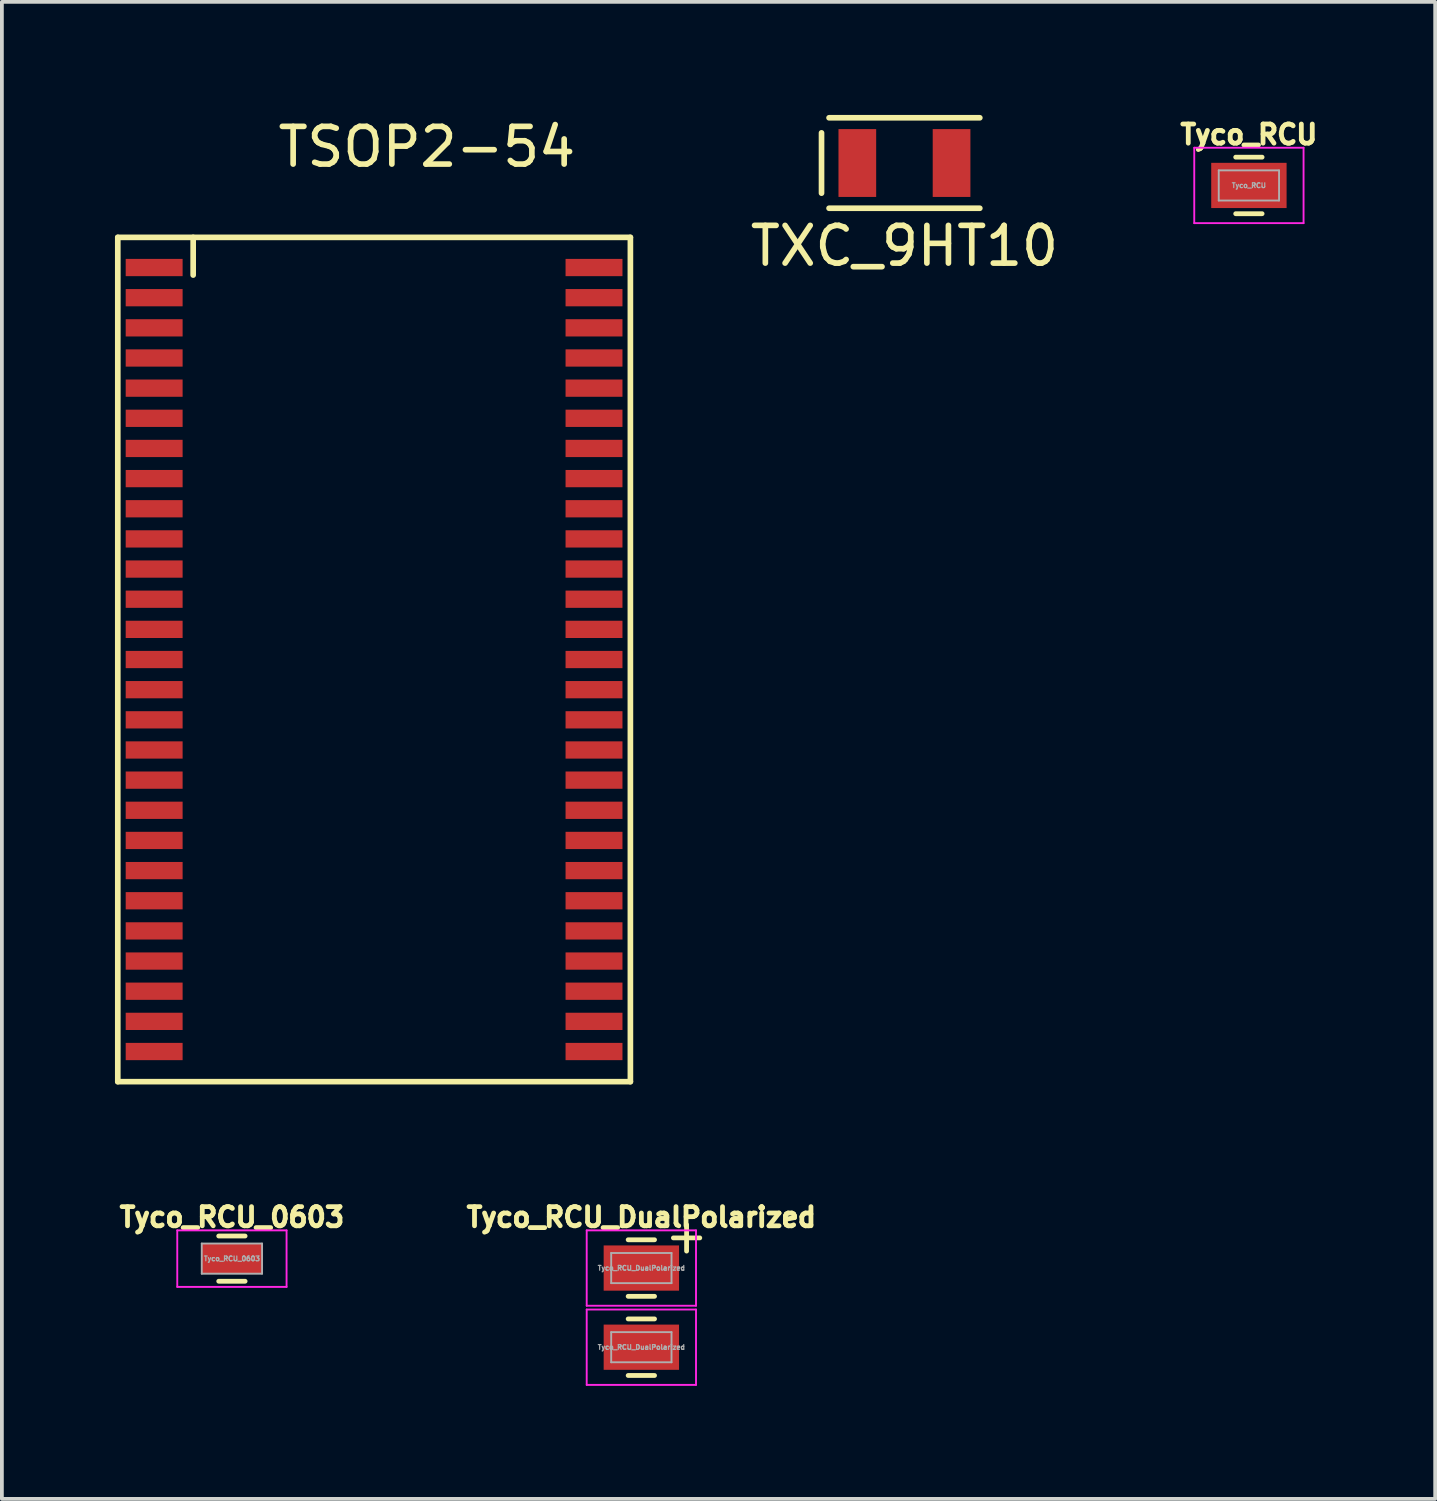
<source format=kicad_pcb>
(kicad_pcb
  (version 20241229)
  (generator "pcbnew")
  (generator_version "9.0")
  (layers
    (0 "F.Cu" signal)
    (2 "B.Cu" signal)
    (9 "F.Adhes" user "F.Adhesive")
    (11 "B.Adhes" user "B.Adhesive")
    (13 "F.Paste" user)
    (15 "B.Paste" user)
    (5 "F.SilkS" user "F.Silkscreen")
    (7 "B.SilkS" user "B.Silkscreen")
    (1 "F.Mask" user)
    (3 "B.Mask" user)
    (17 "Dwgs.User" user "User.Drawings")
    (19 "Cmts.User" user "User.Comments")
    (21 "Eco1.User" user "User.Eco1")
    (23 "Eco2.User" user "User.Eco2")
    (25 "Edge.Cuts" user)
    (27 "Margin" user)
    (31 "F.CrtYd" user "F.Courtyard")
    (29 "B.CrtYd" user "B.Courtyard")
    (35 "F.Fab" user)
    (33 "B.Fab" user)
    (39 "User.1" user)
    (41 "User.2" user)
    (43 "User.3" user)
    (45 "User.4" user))
  (footprint "Tyco_RCU_DualPolarized"
    (layer "F.Cu")
    (at 13.966 31.643)
    (property "Reference" "Tyco_RCU_DualPolarized" (at 0 -2.4 0) (layer "F.SilkS") (effects (font (size 0.508 0.508) (thickness 0.127))))
    (attr smd)
    (fp_line (start -0.35 -1.8) (end 0.35 -1.8) (stroke (width 0.127) (type solid)) (layer "F.SilkS"))
    (fp_line (start -0.35 0.3) (end 0.35 0.3) (stroke (width 0.127) (type solid)) (layer "F.SilkS"))
    (fp_line (start 0.35 -0.3) (end -0.35 -0.3) (stroke (width 0.127) (type solid)) (layer "F.SilkS"))
    (fp_line (start 0.35 1.8) (end -0.35 1.8) (stroke (width 0.127) (type solid)) (layer "F.SilkS"))
    (fp_line (start 0.85 -1.85) (end 1.55 -1.85) (stroke (width 0.127) (type solid)) (layer "F.SilkS"))
    (fp_line (start 1.2 -2.2) (end 1.2 -1.5) (stroke (width 0.127) (type solid)) (layer "F.SilkS"))
    (fp_line (start -1.45 -2.05) (end -1.45 -0.05) (stroke (width 0.05) (type solid)) (layer "F.CrtYd"))
    (fp_line (start -1.45 -2.05) (end 1.45 -2.05) (stroke (width 0.05) (type solid)) (layer "F.CrtYd"))
    (fp_line (start -1.45 -0.05) (end 1.45 -0.05) (stroke (width 0.05) (type solid)) (layer "F.CrtYd"))
    (fp_line (start -1.45 0.05) (end -1.45 2.05) (stroke (width 0.05) (type solid)) (layer "F.CrtYd"))
    (fp_line (start -1.45 0.05) (end 1.45 0.05) (stroke (width 0.05) (type solid)) (layer "F.CrtYd"))
    (fp_line (start -1.45 2.05) (end 1.45 2.05) (stroke (width 0.05) (type solid)) (layer "F.CrtYd"))
    (fp_line (start 1.45 -2.05) (end 1.45 -0.05) (stroke (width 0.05) (type solid)) (layer "F.CrtYd"))
    (fp_line (start 1.45 0.05) (end 1.45 2.05) (stroke (width 0.05) (type solid)) (layer "F.CrtYd"))
    (fp_line (start -0.8 -1.45) (end 0.8 -1.45) (stroke (width 0.05) (type solid)) (layer "F.Fab"))
    (fp_line (start -0.8 -0.65) (end -0.8 -1.45) (stroke (width 0.05) (type solid)) (layer "F.Fab"))
    (fp_line (start -0.8 0.65) (end 0.8 0.65) (stroke (width 0.05) (type solid)) (layer "F.Fab"))
    (fp_line (start -0.8 1.45) (end -0.8 0.65) (stroke (width 0.05) (type solid)) (layer "F.Fab"))
    (fp_line (start 0.8 -1.45) (end 0.8 -0.65) (stroke (width 0.05) (type solid)) (layer "F.Fab"))
    (fp_line (start 0.8 -0.65) (end -0.8 -0.65) (stroke (width 0.05) (type solid)) (layer "F.Fab"))
    (fp_line (start 0.8 0.65) (end 0.8 1.45) (stroke (width 0.05) (type solid)) (layer "F.Fab"))
    (fp_line (start 0.8 1.45) (end -0.8 1.45) (stroke (width 0.05) (type solid)) (layer "F.Fab"))
    (fp_text user "${REFERENCE}" (at 0 1.05 0) (layer "F.Fab") (effects (font (size 0.127 0.127) (thickness 0.032))))
    (fp_text user "${REFERENCE}" (at 0 -1.05 0) (layer "F.Fab") (effects (font (size 0.127 0.127) (thickness 0.032))))
    (pad "1" smd rect (at 0 -1.05) (size 2 1.2) (layers "F.Cu" "F.Mask" "F.Paste"))
    (pad "2" smd rect (at 0 1.05) (size 2 1.2) (layers "F.Cu" "F.Mask" "F.Paste")))
  (footprint "Tyco_RCU"
    (layer "F.Cu")
    (at 30.085 1.87)
    (property "Reference" "Tyco_RCU" (at 0 -1.35 0) (layer "F.SilkS") (effects (font (size 0.508 0.508) (thickness 0.127))))
    (attr smd)
    (fp_line (start -0.35 -0.75) (end 0.35 -0.75) (stroke (width 0.127) (type solid)) (layer "F.SilkS"))
    (fp_line (start 0.35 0.75) (end -0.35 0.75) (stroke (width 0.127) (type solid)) (layer "F.SilkS"))
    (fp_line (start -1.45 -1) (end -1.45 1) (stroke (width 0.05) (type solid)) (layer "F.CrtYd"))
    (fp_line (start -1.45 -1) (end 1.45 -1) (stroke (width 0.05) (type solid)) (layer "F.CrtYd"))
    (fp_line (start -1.45 1) (end 1.45 1) (stroke (width 0.05) (type solid)) (layer "F.CrtYd"))
    (fp_line (start 1.45 -1) (end 1.45 1) (stroke (width 0.05) (type solid)) (layer "F.CrtYd"))
    (fp_line (start -0.8 -0.4) (end 0.8 -0.4) (stroke (width 0.05) (type solid)) (layer "F.Fab"))
    (fp_line (start -0.8 0.4) (end -0.8 -0.4) (stroke (width 0.05) (type solid)) (layer "F.Fab"))
    (fp_line (start 0.8 -0.4) (end 0.8 0.4) (stroke (width 0.05) (type solid)) (layer "F.Fab"))
    (fp_line (start 0.8 0.4) (end -0.8 0.4) (stroke (width 0.05) (type solid)) (layer "F.Fab"))
    (fp_text user "${REFERENCE}" (at 0 0 0) (layer "F.Fab") (effects (font (size 0.127 0.127) (thickness 0.032))))
    (pad "1" smd rect (at 0 0) (size 2 1.2) (layers "F.Cu" "F.Mask" "F.Paste")))
  (footprint "Tyco_RCU_0603"
    (layer "F.Cu")
    (at 3.103 30.343)
    (property "Reference" "Tyco_RCU_0603" (at 0 -1.1 0) (layer "F.SilkS") (effects (font (size 0.508 0.508) (thickness 0.127))))
    (attr smd)
    (fp_line (start -0.35 -0.6) (end 0.35 -0.6) (stroke (width 0.127) (type solid)) (layer "F.SilkS"))
    (fp_line (start 0.35 0.6) (end -0.35 0.6) (stroke (width 0.127) (type solid)) (layer "F.SilkS"))
    (fp_line (start -1.45 -0.75) (end -1.45 0.75) (stroke (width 0.05) (type solid)) (layer "F.CrtYd"))
    (fp_line (start -1.45 -0.75) (end 1.45 -0.75) (stroke (width 0.05) (type solid)) (layer "F.CrtYd"))
    (fp_line (start -1.45 0.75) (end 1.45 0.75) (stroke (width 0.05) (type solid)) (layer "F.CrtYd"))
    (fp_line (start 1.45 -0.75) (end 1.45 0.75) (stroke (width 0.05) (type solid)) (layer "F.CrtYd"))
    (fp_line (start -0.8 -0.4) (end 0.8 -0.4) (stroke (width 0.05) (type solid)) (layer "F.Fab"))
    (fp_line (start -0.8 0.4) (end -0.8 -0.4) (stroke (width 0.05) (type solid)) (layer "F.Fab"))
    (fp_line (start 0.8 -0.4) (end 0.8 0.4) (stroke (width 0.05) (type solid)) (layer "F.Fab"))
    (fp_line (start 0.8 0.4) (end -0.8 0.4) (stroke (width 0.05) (type solid)) (layer "F.Fab"))
    (fp_text user "${REFERENCE}" (at 0 0 0) (layer "F.Fab") (effects (font (size 0.127 0.127) (thickness 0.032))))
    (pad "1" smd rect (at 0 0) (size 1.6 0.8) (layers "F.Cu" "F.Mask" "F.Paste")))
  (footprint "TXC_9HT10"
    (layer "F.Cu")
    (at 20.946 1.275)
    (property "Reference" "TXC_9HT10" (at 0 2.2 0) (layer "F.SilkS") (effects (font (size 1 1) (thickness 0.15))))
    (attr through_hole)
    (fp_line (start -2.2 -0.8) (end -2.2 0.8) (stroke (width 0.15) (type solid)) (layer "F.SilkS"))
    (fp_line (start -2 -1.2) (end 2 -1.2) (stroke (width 0.15) (type solid)) (layer "F.SilkS"))
    (fp_line (start -2 1.2) (end 2 1.2) (stroke (width 0.15) (type solid)) (layer "F.SilkS"))
    (pad "1" smd rect (at -1.25 0) (size 1 1.8) (layers "F.Cu" "F.Mask" "F.Paste"))
    (pad "2" smd rect (at 1.25 0) (size 1 1.8) (layers "F.Cu" "F.Mask" "F.Paste")))
  (footprint "TSOP2-54"
    (layer "F.Cu")
    (at 6.875 14.448)
    (property "Reference" "TSOP2-54" (at 1.4 -13.6 0) (layer "F.SilkS") (effects (font (size 1 1) (thickness 0.15))))
    (attr through_hole)
    (fp_line (start -6.8 -11.2) (end 6.8 -11.2) (stroke (width 0.15) (type solid)) (layer "F.SilkS"))
    (fp_line (start -6.8 11.2) (end -6.8 -11.2) (stroke (width 0.15) (type solid)) (layer "F.SilkS"))
    (fp_line (start -4.8 -10.2) (end -4.8 -11.2) (stroke (width 0.15) (type solid)) (layer "F.SilkS"))
    (fp_line (start 6.8 -11.2) (end 6.8 11.2) (stroke (width 0.15) (type solid)) (layer "F.SilkS"))
    (fp_line (start 6.8 11.2) (end -6.8 11.2) (stroke (width 0.15) (type solid)) (layer "F.SilkS"))
    (pad "1" smd rect (at -5.835 -10.4) (size 1.51 0.458) (layers "F.Cu" "F.Mask" "F.Paste"))
    (pad "2" smd rect (at -5.835 -9.6) (size 1.51 0.458) (layers "F.Cu" "F.Mask" "F.Paste"))
    (pad "3" smd rect (at -5.835 -8.8) (size 1.51 0.458) (layers "F.Cu" "F.Mask" "F.Paste"))
    (pad "4" smd rect (at -5.835 -8) (size 1.51 0.458) (layers "F.Cu" "F.Mask" "F.Paste"))
    (pad "5" smd rect (at -5.835 -7.2) (size 1.51 0.458) (layers "F.Cu" "F.Mask" "F.Paste"))
    (pad "6" smd rect (at -5.835 -6.4) (size 1.51 0.458) (layers "F.Cu" "F.Mask" "F.Paste"))
    (pad "7" smd rect (at -5.835 -5.6) (size 1.51 0.458) (layers "F.Cu" "F.Mask" "F.Paste"))
    (pad "8" smd rect (at -5.835 -4.8) (size 1.51 0.458) (layers "F.Cu" "F.Mask" "F.Paste"))
    (pad "9" smd rect (at -5.835 -4) (size 1.51 0.458) (layers "F.Cu" "F.Mask" "F.Paste"))
    (pad "10" smd rect (at -5.835 -3.2) (size 1.51 0.458) (layers "F.Cu" "F.Mask" "F.Paste"))
    (pad "11" smd rect (at -5.835 -2.4) (size 1.51 0.458) (layers "F.Cu" "F.Mask" "F.Paste"))
    (pad "12" smd rect (at -5.835 -1.6) (size 1.51 0.458) (layers "F.Cu" "F.Mask" "F.Paste"))
    (pad "13" smd rect (at -5.835 -0.8) (size 1.51 0.458) (layers "F.Cu" "F.Mask" "F.Paste"))
    (pad "14" smd rect (at -5.835 0) (size 1.51 0.458) (layers "F.Cu" "F.Mask" "F.Paste"))
    (pad "15" smd rect (at -5.835 0.8) (size 1.51 0.458) (layers "F.Cu" "F.Mask" "F.Paste"))
    (pad "16" smd rect (at -5.835 1.6) (size 1.51 0.458) (layers "F.Cu" "F.Mask" "F.Paste"))
    (pad "17" smd rect (at -5.835 2.4) (size 1.51 0.458) (layers "F.Cu" "F.Mask" "F.Paste"))
    (pad "18" smd rect (at -5.835 3.2) (size 1.51 0.458) (layers "F.Cu" "F.Mask" "F.Paste"))
    (pad "19" smd rect (at -5.835 4) (size 1.51 0.458) (layers "F.Cu" "F.Mask" "F.Paste"))
    (pad "20" smd rect (at -5.835 4.8) (size 1.51 0.458) (layers "F.Cu" "F.Mask" "F.Paste"))
    (pad "21" smd rect (at -5.835 5.6) (size 1.51 0.458) (layers "F.Cu" "F.Mask" "F.Paste"))
    (pad "22" smd rect (at -5.835 6.4) (size 1.51 0.458) (layers "F.Cu" "F.Mask" "F.Paste"))
    (pad "23" smd rect (at -5.835 7.2) (size 1.51 0.458) (layers "F.Cu" "F.Mask" "F.Paste"))
    (pad "24" smd rect (at -5.835 8) (size 1.51 0.458) (layers "F.Cu" "F.Mask" "F.Paste"))
    (pad "25" smd rect (at -5.835 8.8) (size 1.51 0.458) (layers "F.Cu" "F.Mask" "F.Paste"))
    (pad "26" smd rect (at -5.835 9.6) (size 1.51 0.458) (layers "F.Cu" "F.Mask" "F.Paste"))
    (pad "27" smd rect (at -5.835 10.4) (size 1.51 0.458) (layers "F.Cu" "F.Mask" "F.Paste"))
    (pad "28" smd rect (at 5.835 10.4) (size 1.51 0.458) (layers "F.Cu" "F.Mask" "F.Paste"))
    (pad "29" smd rect (at 5.835 9.6) (size 1.51 0.458) (layers "F.Cu" "F.Mask" "F.Paste"))
    (pad "30" smd rect (at 5.835 8.8) (size 1.51 0.458) (layers "F.Cu" "F.Mask" "F.Paste"))
    (pad "31" smd rect (at 5.835 8) (size 1.51 0.458) (layers "F.Cu" "F.Mask" "F.Paste"))
    (pad "32" smd rect (at 5.835 7.2) (size 1.51 0.458) (layers "F.Cu" "F.Mask" "F.Paste"))
    (pad "33" smd rect (at 5.835 6.4) (size 1.51 0.458) (layers "F.Cu" "F.Mask" "F.Paste"))
    (pad "34" smd rect (at 5.835 5.6) (size 1.51 0.458) (layers "F.Cu" "F.Mask" "F.Paste"))
    (pad "35" smd rect (at 5.835 4.8) (size 1.51 0.458) (layers "F.Cu" "F.Mask" "F.Paste"))
    (pad "36" smd rect (at 5.835 4) (size 1.51 0.458) (layers "F.Cu" "F.Mask" "F.Paste"))
    (pad "37" smd rect (at 5.835 3.2) (size 1.51 0.458) (layers "F.Cu" "F.Mask" "F.Paste"))
    (pad "38" smd rect (at 5.835 2.4) (size 1.51 0.458) (layers "F.Cu" "F.Mask" "F.Paste"))
    (pad "39" smd rect (at 5.835 1.6) (size 1.51 0.458) (layers "F.Cu" "F.Mask" "F.Paste"))
    (pad "40" smd rect (at 5.835 0.8) (size 1.51 0.458) (layers "F.Cu" "F.Mask" "F.Paste"))
    (pad "41" smd rect (at 5.835 0) (size 1.51 0.458) (layers "F.Cu" "F.Mask" "F.Paste"))
    (pad "42" smd rect (at 5.835 -0.8) (size 1.51 0.458) (layers "F.Cu" "F.Mask" "F.Paste"))
    (pad "43" smd rect (at 5.835 -1.6) (size 1.51 0.458) (layers "F.Cu" "F.Mask" "F.Paste"))
    (pad "44" smd rect (at 5.835 -2.4) (size 1.51 0.458) (layers "F.Cu" "F.Mask" "F.Paste"))
    (pad "45" smd rect (at 5.835 -3.2) (size 1.51 0.458) (layers "F.Cu" "F.Mask" "F.Paste"))
    (pad "46" smd rect (at 5.835 -4) (size 1.51 0.458) (layers "F.Cu" "F.Mask" "F.Paste"))
    (pad "47" smd rect (at 5.835 -4.8) (size 1.51 0.458) (layers "F.Cu" "F.Mask" "F.Paste"))
    (pad "48" smd rect (at 5.835 -5.6) (size 1.51 0.458) (layers "F.Cu" "F.Mask" "F.Paste"))
    (pad "49" smd rect (at 5.835 -6.4) (size 1.51 0.458) (layers "F.Cu" "F.Mask" "F.Paste"))
    (pad "50" smd rect (at 5.835 -7.2) (size 1.51 0.458) (layers "F.Cu" "F.Mask" "F.Paste"))
    (pad "51" smd rect (at 5.835 -8) (size 1.51 0.458) (layers "F.Cu" "F.Mask" "F.Paste"))
    (pad "52" smd rect (at 5.835 -8.8) (size 1.51 0.458) (layers "F.Cu" "F.Mask" "F.Paste"))
    (pad "53" smd rect (at 5.835 -9.6) (size 1.51 0.458) (layers "F.Cu" "F.Mask" "F.Paste"))
    (pad "54" smd rect (at 5.835 -10.4) (size 1.51 0.458) (layers "F.Cu" "F.Mask" "F.Paste")))
  (gr_rect
    (start -3 -3)
    (end 35.027 36.718)
    (stroke (width 0.1) (type default))
    (fill no)
    (layer "Edge.Cuts")))
</source>
